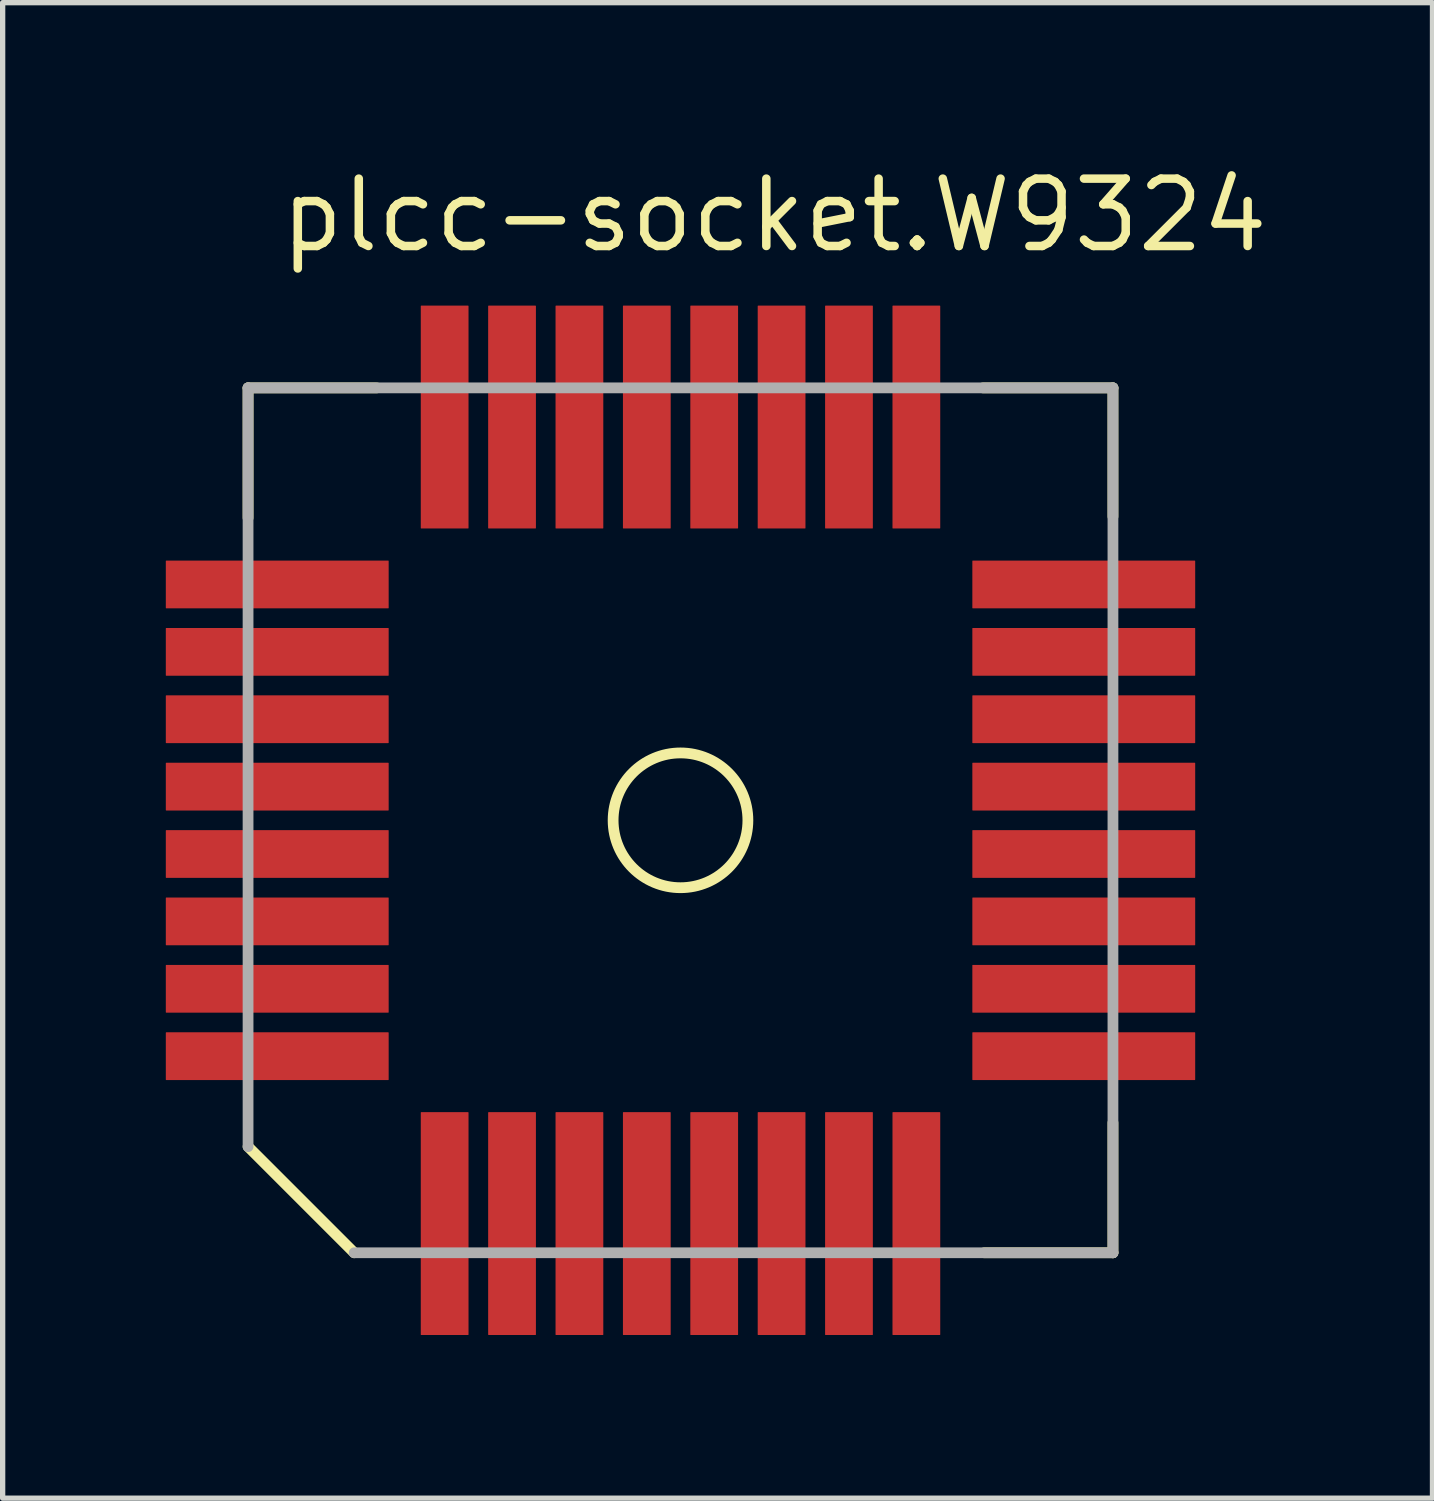
<source format=kicad_pcb>
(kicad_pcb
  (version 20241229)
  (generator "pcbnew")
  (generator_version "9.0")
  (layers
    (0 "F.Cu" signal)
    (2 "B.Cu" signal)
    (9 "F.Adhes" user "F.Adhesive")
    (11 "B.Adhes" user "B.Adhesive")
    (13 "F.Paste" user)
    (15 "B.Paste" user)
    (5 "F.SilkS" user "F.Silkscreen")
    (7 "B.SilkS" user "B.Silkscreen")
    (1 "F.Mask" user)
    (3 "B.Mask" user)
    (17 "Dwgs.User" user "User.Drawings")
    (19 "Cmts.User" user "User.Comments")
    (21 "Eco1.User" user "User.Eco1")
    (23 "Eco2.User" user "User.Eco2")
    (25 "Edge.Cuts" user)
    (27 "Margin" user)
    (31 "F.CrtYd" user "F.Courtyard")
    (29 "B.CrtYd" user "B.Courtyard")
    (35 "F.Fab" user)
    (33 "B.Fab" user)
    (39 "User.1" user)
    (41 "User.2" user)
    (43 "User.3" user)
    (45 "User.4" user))
  (footprint "plcc-socket.W9324"
    (layer "F.Cu")
    (at 9.775 12.41)
    (property "Reference" "plcc-socket.W9324" (at -7.62 -10.66 0) (layer "F.SilkS") (effects (font (size 1.27 1.27) (thickness 0.16)) (justify left bottom)))
    (attr smd)
    (fp_rect (start -9.75 -3.945) (end -5.45 -4.945) (stroke (width 0.05) (type default)) (fill yes) (layer "F.Mask"))
    (fp_rect (start -9.75 -2.675) (end -5.45 -3.675) (stroke (width 0.05) (type default)) (fill yes) (layer "F.Mask"))
    (fp_rect (start -9.75 -1.405) (end -5.45 -2.405) (stroke (width 0.05) (type default)) (fill yes) (layer "F.Mask"))
    (fp_rect (start -9.75 -0.135) (end -5.45 -1.135) (stroke (width 0.05) (type default)) (fill yes) (layer "F.Mask"))
    (fp_rect (start -9.75 1.135) (end -5.45 0.135) (stroke (width 0.05) (type default)) (fill yes) (layer "F.Mask"))
    (fp_rect (start -9.75 2.405) (end -5.45 1.405) (stroke (width 0.05) (type default)) (fill yes) (layer "F.Mask"))
    (fp_rect (start -9.75 3.675) (end -5.45 2.675) (stroke (width 0.05) (type default)) (fill yes) (layer "F.Mask"))
    (fp_rect (start -9.75 4.945) (end -5.45 3.945) (stroke (width 0.05) (type default)) (fill yes) (layer "F.Mask"))
    (fp_rect (start -4.945 -5.45) (end -3.945 -9.75) (stroke (width 0.05) (type default)) (fill yes) (layer "F.Mask"))
    (fp_rect (start -4.945 9.75) (end -3.945 5.45) (stroke (width 0.05) (type default)) (fill yes) (layer "F.Mask"))
    (fp_rect (start -3.675 -5.45) (end -2.675 -9.75) (stroke (width 0.05) (type default)) (fill yes) (layer "F.Mask"))
    (fp_rect (start -3.675 9.75) (end -2.675 5.45) (stroke (width 0.05) (type default)) (fill yes) (layer "F.Mask"))
    (fp_rect (start -2.405 -5.45) (end -1.405 -9.75) (stroke (width 0.05) (type default)) (fill yes) (layer "F.Mask"))
    (fp_rect (start -2.405 9.75) (end -1.405 5.45) (stroke (width 0.05) (type default)) (fill yes) (layer "F.Mask"))
    (fp_rect (start -1.135 -5.45) (end -0.135 -9.75) (stroke (width 0.05) (type default)) (fill yes) (layer "F.Mask"))
    (fp_rect (start -1.135 9.75) (end -0.135 5.45) (stroke (width 0.05) (type default)) (fill yes) (layer "F.Mask"))
    (fp_rect (start 0.135 -5.45) (end 1.135 -9.75) (stroke (width 0.05) (type default)) (fill yes) (layer "F.Mask"))
    (fp_rect (start 0.135 9.75) (end 1.135 5.45) (stroke (width 0.05) (type default)) (fill yes) (layer "F.Mask"))
    (fp_rect (start 1.405 -5.45) (end 2.405 -9.75) (stroke (width 0.05) (type default)) (fill yes) (layer "F.Mask"))
    (fp_rect (start 1.405 9.75) (end 2.405 5.45) (stroke (width 0.05) (type default)) (fill yes) (layer "F.Mask"))
    (fp_rect (start 2.675 -5.45) (end 3.675 -9.75) (stroke (width 0.05) (type default)) (fill yes) (layer "F.Mask"))
    (fp_rect (start 2.675 9.75) (end 3.675 5.45) (stroke (width 0.05) (type default)) (fill yes) (layer "F.Mask"))
    (fp_rect (start 3.945 -5.45) (end 4.945 -9.75) (stroke (width 0.05) (type default)) (fill yes) (layer "F.Mask"))
    (fp_rect (start 3.945 9.75) (end 4.945 5.45) (stroke (width 0.05) (type default)) (fill yes) (layer "F.Mask"))
    (fp_rect (start 5.45 -3.945) (end 9.75 -4.945) (stroke (width 0.05) (type default)) (fill yes) (layer "F.Mask"))
    (fp_rect (start 5.45 -2.675) (end 9.75 -3.675) (stroke (width 0.05) (type default)) (fill yes) (layer "F.Mask"))
    (fp_rect (start 5.45 -1.405) (end 9.75 -2.405) (stroke (width 0.05) (type default)) (fill yes) (layer "F.Mask"))
    (fp_rect (start 5.45 -0.135) (end 9.75 -1.135) (stroke (width 0.05) (type default)) (fill yes) (layer "F.Mask"))
    (fp_rect (start 5.45 1.135) (end 9.75 0.135) (stroke (width 0.05) (type default)) (fill yes) (layer "F.Mask"))
    (fp_rect (start 5.45 2.405) (end 9.75 1.405) (stroke (width 0.05) (type default)) (fill yes) (layer "F.Mask"))
    (fp_rect (start 5.45 3.675) (end 9.75 2.675) (stroke (width 0.05) (type default)) (fill yes) (layer "F.Mask"))
    (fp_rect (start 5.45 4.945) (end 9.75 3.945) (stroke (width 0.05) (type default)) (fill yes) (layer "F.Mask"))
    (fp_line (start -8.15 -8.15) (end -5.725 -8.15) (stroke (width 0.203) (type default)) (layer "F.SilkS"))
    (fp_line (start -8.15 -5.7) (end -8.15 -8.15) (stroke (width 0.203) (type default)) (layer "F.SilkS"))
    (fp_line (start -6.15 8.15) (end -8.15 6.15) (stroke (width 0.203) (type default)) (layer "F.SilkS"))
    (fp_line (start 5.7 -8.15) (end 8.15 -8.15) (stroke (width 0.203) (type default)) (layer "F.SilkS"))
    (fp_line (start 8.15 -8.15) (end 8.15 -5.725) (stroke (width 0.203) (type default)) (layer "F.SilkS"))
    (fp_line (start 8.15 5.7) (end 8.15 8.15) (stroke (width 0.203) (type default)) (layer "F.SilkS"))
    (fp_line (start 8.15 8.15) (end 5.725 8.15) (stroke (width 0.203) (type default)) (layer "F.SilkS"))
    (fp_circle (center 0 0) (end 1.27 0) (stroke (width 0.203) (type default)) (fill no) (layer "F.SilkS"))
    (fp_rect (start -9.65 -4.02) (end -5.55 -4.87) (stroke (width 0.05) (type default)) (fill yes) (layer "F.Paste"))
    (fp_rect (start -9.65 -2.75) (end -5.55 -3.6) (stroke (width 0.05) (type default)) (fill yes) (layer "F.Paste"))
    (fp_rect (start -9.65 -1.48) (end -5.55 -2.33) (stroke (width 0.05) (type default)) (fill yes) (layer "F.Paste"))
    (fp_rect (start -9.65 -0.21) (end -5.55 -1.06) (stroke (width 0.05) (type default)) (fill yes) (layer "F.Paste"))
    (fp_rect (start -9.65 1.06) (end -5.55 0.21) (stroke (width 0.05) (type default)) (fill yes) (layer "F.Paste"))
    (fp_rect (start -9.65 2.33) (end -5.55 1.48) (stroke (width 0.05) (type default)) (fill yes) (layer "F.Paste"))
    (fp_rect (start -9.65 3.6) (end -5.55 2.75) (stroke (width 0.05) (type default)) (fill yes) (layer "F.Paste"))
    (fp_rect (start -9.65 4.87) (end -5.55 4.02) (stroke (width 0.05) (type default)) (fill yes) (layer "F.Paste"))
    (fp_rect (start -4.87 -5.55) (end -4.02 -9.65) (stroke (width 0.05) (type default)) (fill yes) (layer "F.Paste"))
    (fp_rect (start -4.87 9.65) (end -4.02 5.55) (stroke (width 0.05) (type default)) (fill yes) (layer "F.Paste"))
    (fp_rect (start -3.6 -5.55) (end -2.75 -9.65) (stroke (width 0.05) (type default)) (fill yes) (layer "F.Paste"))
    (fp_rect (start -3.6 9.65) (end -2.75 5.55) (stroke (width 0.05) (type default)) (fill yes) (layer "F.Paste"))
    (fp_rect (start -2.33 -5.55) (end -1.48 -9.65) (stroke (width 0.05) (type default)) (fill yes) (layer "F.Paste"))
    (fp_rect (start -2.33 9.65) (end -1.48 5.55) (stroke (width 0.05) (type default)) (fill yes) (layer "F.Paste"))
    (fp_rect (start -1.06 -5.55) (end -0.21 -9.65) (stroke (width 0.05) (type default)) (fill yes) (layer "F.Paste"))
    (fp_rect (start -1.06 9.65) (end -0.21 5.55) (stroke (width 0.05) (type default)) (fill yes) (layer "F.Paste"))
    (fp_rect (start 0.21 -5.55) (end 1.06 -9.65) (stroke (width 0.05) (type default)) (fill yes) (layer "F.Paste"))
    (fp_rect (start 0.21 9.65) (end 1.06 5.55) (stroke (width 0.05) (type default)) (fill yes) (layer "F.Paste"))
    (fp_rect (start 1.48 -5.55) (end 2.33 -9.65) (stroke (width 0.05) (type default)) (fill yes) (layer "F.Paste"))
    (fp_rect (start 1.48 9.65) (end 2.33 5.55) (stroke (width 0.05) (type default)) (fill yes) (layer "F.Paste"))
    (fp_rect (start 2.75 -5.55) (end 3.6 -9.65) (stroke (width 0.05) (type default)) (fill yes) (layer "F.Paste"))
    (fp_rect (start 2.75 9.65) (end 3.6 5.55) (stroke (width 0.05) (type default)) (fill yes) (layer "F.Paste"))
    (fp_rect (start 4.02 -5.55) (end 4.87 -9.65) (stroke (width 0.05) (type default)) (fill yes) (layer "F.Paste"))
    (fp_rect (start 4.02 9.65) (end 4.87 5.55) (stroke (width 0.05) (type default)) (fill yes) (layer "F.Paste"))
    (fp_rect (start 5.55 -4.02) (end 9.65 -4.87) (stroke (width 0.05) (type default)) (fill yes) (layer "F.Paste"))
    (fp_rect (start 5.55 -2.75) (end 9.65 -3.6) (stroke (width 0.05) (type default)) (fill yes) (layer "F.Paste"))
    (fp_rect (start 5.55 -1.48) (end 9.65 -2.33) (stroke (width 0.05) (type default)) (fill yes) (layer "F.Paste"))
    (fp_rect (start 5.55 -0.21) (end 9.65 -1.06) (stroke (width 0.05) (type default)) (fill yes) (layer "F.Paste"))
    (fp_rect (start 5.55 1.06) (end 9.65 0.21) (stroke (width 0.05) (type default)) (fill yes) (layer "F.Paste"))
    (fp_rect (start 5.55 2.33) (end 9.65 1.48) (stroke (width 0.05) (type default)) (fill yes) (layer "F.Paste"))
    (fp_rect (start 5.55 3.6) (end 9.65 2.75) (stroke (width 0.05) (type default)) (fill yes) (layer "F.Paste"))
    (fp_rect (start 5.55 4.87) (end 9.65 4.02) (stroke (width 0.05) (type default)) (fill yes) (layer "F.Paste"))
    (fp_line (start -8.15 -8.15) (end 8.15 -8.15) (stroke (width 0.203) (type default)) (layer "F.Fab"))
    (fp_line (start -8.15 6.15) (end -8.15 -8.15) (stroke (width 0.203) (type default)) (layer "F.Fab"))
    (fp_line (start 8.15 -8.15) (end 8.15 8.15) (stroke (width 0.203) (type default)) (layer "F.Fab"))
    (fp_line (start 8.15 8.15) (end -6.15 8.15) (stroke (width 0.203) (type default)) (layer "F.Fab"))
    (pad "1" smd roundrect (at -7.6 0.635) (size 4.2 0.9) (layers "F.Cu" "F.Mask" "F.Paste") (roundrect_rratio 0.01))
    (pad "2" smd roundrect (at -7.6 1.905) (size 4.2 0.9) (layers "F.Cu" "F.Mask" "F.Paste") (roundrect_rratio 0.01))
    (pad "3" smd roundrect (at -7.6 3.175) (size 4.2 0.9) (layers "F.Cu" "F.Mask" "F.Paste") (roundrect_rratio 0.01))
    (pad "4" smd roundrect (at -7.6 4.445) (size 4.2 0.9) (layers "F.Cu" "F.Mask" "F.Paste") (roundrect_rratio 0.01))
    (pad "5" smd roundrect (at -4.445 7.6 90) (size 4.2 0.9) (layers "F.Cu" "F.Mask" "F.Paste") (roundrect_rratio 0.01))
    (pad "6" smd roundrect (at -3.175 7.6 90) (size 4.2 0.9) (layers "F.Cu" "F.Mask" "F.Paste") (roundrect_rratio 0.01))
    (pad "7" smd roundrect (at -1.905 7.6 90) (size 4.2 0.9) (layers "F.Cu" "F.Mask" "F.Paste") (roundrect_rratio 0.01))
    (pad "8" smd roundrect (at -0.635 7.6 90) (size 4.2 0.9) (layers "F.Cu" "F.Mask" "F.Paste") (roundrect_rratio 0.01))
    (pad "9" smd roundrect (at 0.635 7.6 90) (size 4.2 0.9) (layers "F.Cu" "F.Mask" "F.Paste") (roundrect_rratio 0.01))
    (pad "10" smd roundrect (at 1.905 7.6 90) (size 4.2 0.9) (layers "F.Cu" "F.Mask" "F.Paste") (roundrect_rratio 0.01))
    (pad "11" smd roundrect (at 3.175 7.6 90) (size 4.2 0.9) (layers "F.Cu" "F.Mask" "F.Paste") (roundrect_rratio 0.01))
    (pad "12" smd roundrect (at 4.445 7.6 90) (size 4.2 0.9) (layers "F.Cu" "F.Mask" "F.Paste") (roundrect_rratio 0.01))
    (pad "13" smd roundrect (at 7.6 4.445 180) (size 4.2 0.9) (layers "F.Cu" "F.Mask" "F.Paste") (roundrect_rratio 0.01))
    (pad "14" smd roundrect (at 7.6 3.175 180) (size 4.2 0.9) (layers "F.Cu" "F.Mask" "F.Paste") (roundrect_rratio 0.01))
    (pad "15" smd roundrect (at 7.6 1.905 180) (size 4.2 0.9) (layers "F.Cu" "F.Mask" "F.Paste") (roundrect_rratio 0.01))
    (pad "16" smd roundrect (at 7.6 0.635 180) (size 4.2 0.9) (layers "F.Cu" "F.Mask" "F.Paste") (roundrect_rratio 0.01))
    (pad "17" smd roundrect (at 7.6 -0.635 180) (size 4.2 0.9) (layers "F.Cu" "F.Mask" "F.Paste") (roundrect_rratio 0.01))
    (pad "18" smd roundrect (at 7.6 -1.905 180) (size 4.2 0.9) (layers "F.Cu" "F.Mask" "F.Paste") (roundrect_rratio 0.01))
    (pad "19" smd roundrect (at 7.6 -3.175 180) (size 4.2 0.9) (layers "F.Cu" "F.Mask" "F.Paste") (roundrect_rratio 0.01))
    (pad "20" smd roundrect (at 7.6 -4.445 180) (size 4.2 0.9) (layers "F.Cu" "F.Mask" "F.Paste") (roundrect_rratio 0.01))
    (pad "21" smd roundrect (at 4.445 -7.6 270) (size 4.2 0.9) (layers "F.Cu" "F.Mask" "F.Paste") (roundrect_rratio 0.01))
    (pad "22" smd roundrect (at 3.175 -7.6 270) (size 4.2 0.9) (layers "F.Cu" "F.Mask" "F.Paste") (roundrect_rratio 0.01))
    (pad "23" smd roundrect (at 1.905 -7.6 270) (size 4.2 0.9) (layers "F.Cu" "F.Mask" "F.Paste") (roundrect_rratio 0.01))
    (pad "24" smd roundrect (at 0.635 -7.6 270) (size 4.2 0.9) (layers "F.Cu" "F.Mask" "F.Paste") (roundrect_rratio 0.01))
    (pad "25" smd roundrect (at -0.635 -7.6 270) (size 4.2 0.9) (layers "F.Cu" "F.Mask" "F.Paste") (roundrect_rratio 0.01))
    (pad "26" smd roundrect (at -1.905 -7.6 270) (size 4.2 0.9) (layers "F.Cu" "F.Mask" "F.Paste") (roundrect_rratio 0.01))
    (pad "27" smd roundrect (at -3.175 -7.6 270) (size 4.2 0.9) (layers "F.Cu" "F.Mask" "F.Paste") (roundrect_rratio 0.01))
    (pad "28" smd roundrect (at -4.445 -7.6 270) (size 4.2 0.9) (layers "F.Cu" "F.Mask" "F.Paste") (roundrect_rratio 0.01))
    (pad "29" smd roundrect (at -7.6 -4.445) (size 4.2 0.9) (layers "F.Cu" "F.Mask" "F.Paste") (roundrect_rratio 0.01))
    (pad "30" smd roundrect (at -7.6 -3.175) (size 4.2 0.9) (layers "F.Cu" "F.Mask" "F.Paste") (roundrect_rratio 0.01))
    (pad "31" smd roundrect (at -7.6 -1.905) (size 4.2 0.9) (layers "F.Cu" "F.Mask" "F.Paste") (roundrect_rratio 0.01))
    (pad "32" smd roundrect (at -7.6 -0.635) (size 4.2 0.9) (layers "F.Cu" "F.Mask" "F.Paste") (roundrect_rratio 0.01)))
  (gr_rect
    (start -3 -3)
    (end 23.947 25.185)
    (stroke (width 0.1) (type default))
    (fill no)
    (layer "Edge.Cuts")))
</source>
